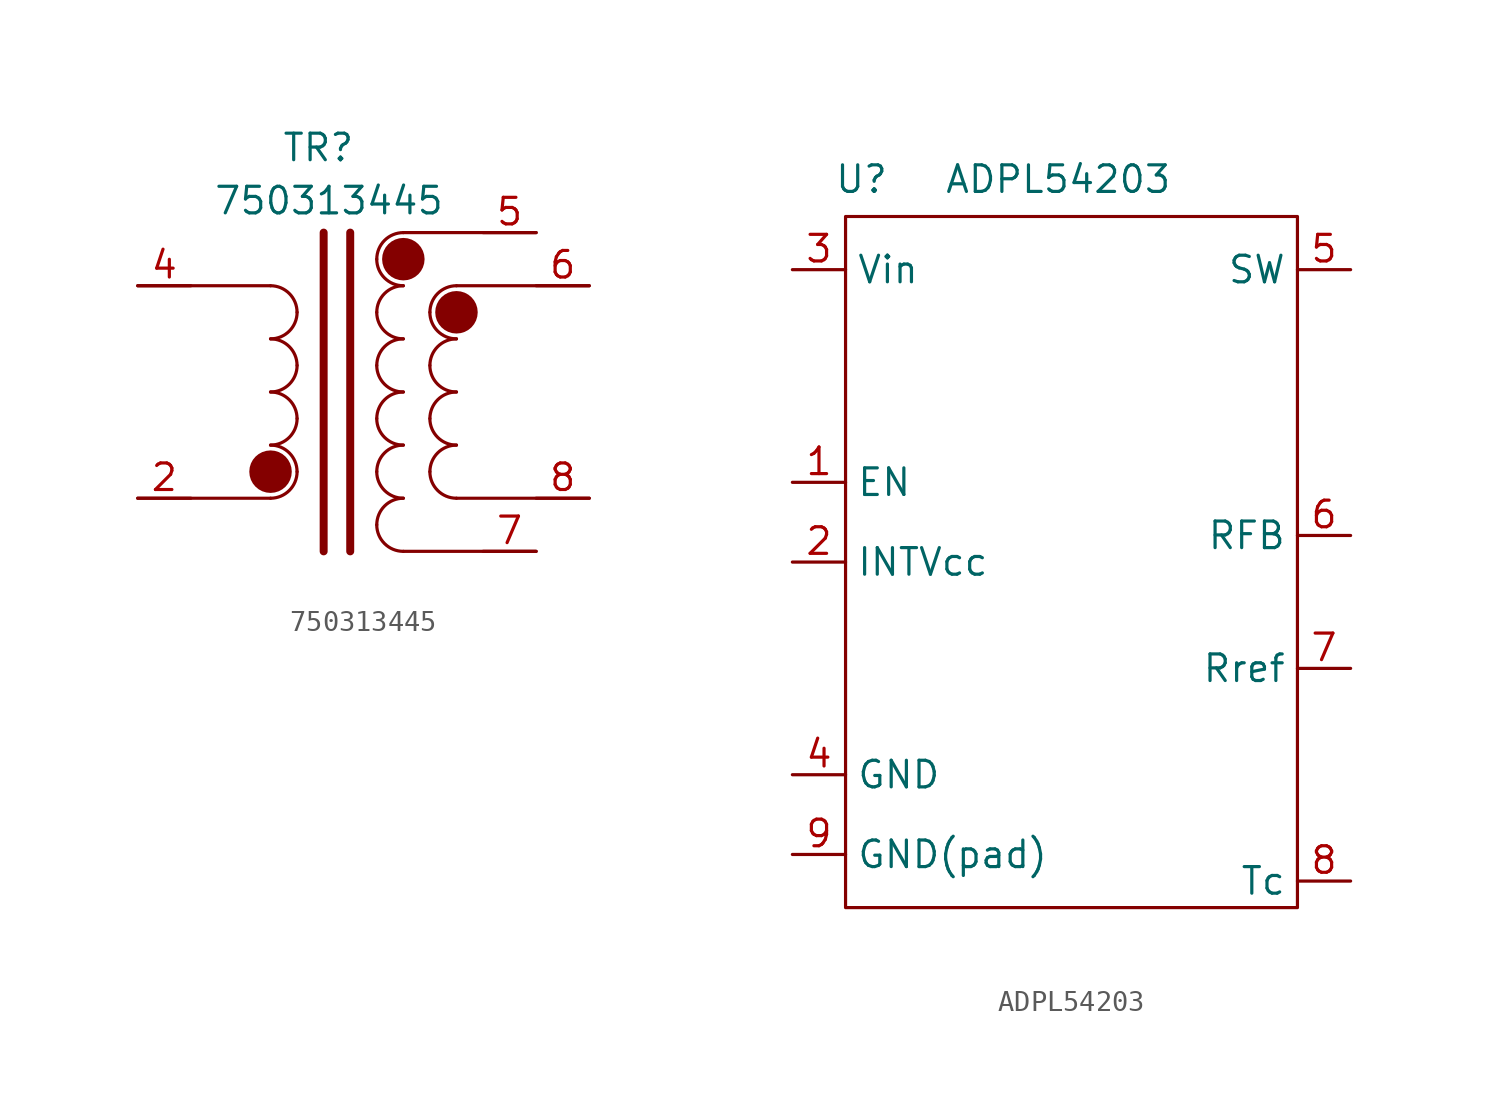
<source format=kicad_sym>
(kicad_symbol_lib
  (version 20241209)
  (generator "kicad_symbol_editor")
  (generator_version "9.0")
  (symbol "750313445"
    (property "Reference" "TR"
      (at 6.096 -1.016 0)
      (effects (font (size 1.27 1.27))))
    (property "Value" "750313445"
      (at 6.604 -3.556 0)
      (effects (font (size 1.27 1.27))))
    (symbol "750313445_1_1"
      (polyline (pts (xy -2.54 -7.62) (xy 3.81 -7.62)) (stroke (width 0) (type default)) (fill (type none)))
      (polyline (pts (xy -2.54 -17.78) (xy 3.81 -17.78)) (stroke (width 0) (type default)) (fill (type none)))
      (arc (start 3.81 -7.62) (mid 4.708 -7.992) (end 5.08 -8.89) (stroke (width 0) (type default)) (fill (type none)))
      (arc (start 5.08 -8.89) (mid 4.708 -9.788) (end 3.81 -10.16) (stroke (width 0) (type default)) (fill (type none)))
      (arc (start 3.81 -10.16) (mid 4.708 -10.532) (end 5.08 -11.43) (stroke (width 0) (type default)) (fill (type none)))
      (arc (start 5.08 -11.43) (mid 4.708 -12.328) (end 3.81 -12.7) (stroke (width 0) (type default)) (fill (type none)))
      (arc (start 3.81 -12.7) (mid 4.708 -13.072) (end 5.08 -13.97) (stroke (width 0) (type default)) (fill (type none)))
      (arc (start 5.08 -13.97) (mid 4.708 -14.868) (end 3.81 -15.24) (stroke (width 0) (type default)) (fill (type none)))
      (arc (start 3.81 -15.24) (mid 4.708 -15.612) (end 5.08 -16.51) (stroke (width 0) (type default)) (fill (type none)))
      (circle (center 3.81 -16.51) (radius 0.0001) (stroke (width 1.016) (type solid)) (fill (type none)))
      (arc (start 5.08 -16.51) (mid 4.708 -17.408) (end 3.81 -17.78) (stroke (width 0) (type default)) (fill (type none)))
      (polyline (pts (xy 6.35 -5.08) (xy 6.35 -20.32)) (stroke (width 0.381) (type solid)) (fill (type none)))
      (polyline (pts (xy 7.62 -5.08) (xy 7.62 -20.32)) (stroke (width 0.381) (type solid)) (fill (type none)))
      (polyline (pts (xy 10.16 -5.08) (xy 16.51 -5.08)) (stroke (width 0) (type default)) (fill (type none)))
      (arc (start 8.89 -6.35) (mid 9.262 -5.452) (end 10.16 -5.08) (stroke (width 0) (type default)) (fill (type none)))
      (circle (center 10.16 -6.35) (radius 0.0001) (stroke (width 1.016) (type solid)) (fill (type none)))
      (arc (start 10.16 -7.62) (mid 9.262 -7.248) (end 8.89 -6.35) (stroke (width 0) (type default)) (fill (type none)))
      (arc (start 8.89 -8.89) (mid 9.262 -7.992) (end 10.16 -7.62) (stroke (width 0) (type default)) (fill (type none)))
      (arc (start 10.16 -10.16) (mid 9.262 -9.788) (end 8.89 -8.89) (stroke (width 0) (type default)) (fill (type none)))
      (arc (start 8.89 -11.43) (mid 9.262 -10.532) (end 10.16 -10.16) (stroke (width 0) (type default)) (fill (type none)))
      (arc (start 10.16 -12.7) (mid 9.262 -12.328) (end 8.89 -11.43) (stroke (width 0) (type default)) (fill (type none)))
      (arc (start 8.89 -13.97) (mid 9.262 -13.072) (end 10.16 -12.7) (stroke (width 0) (type default)) (fill (type none)))
      (arc (start 10.16 -15.24) (mid 9.262 -14.868) (end 8.89 -13.97) (stroke (width 0) (type default)) (fill (type none)))
      (arc (start 8.89 -16.51) (mid 9.262 -15.612) (end 10.16 -15.24) (stroke (width 0) (type default)) (fill (type none)))
      (arc (start 10.16 -17.78) (mid 9.262 -17.408) (end 8.89 -16.51) (stroke (width 0) (type default)) (fill (type none)))
      (arc (start 8.89 -19.05) (mid 9.262 -18.152) (end 10.16 -17.78) (stroke (width 0) (type default)) (fill (type none)))
      (arc (start 10.16 -20.32) (mid 9.262 -19.948) (end 8.89 -19.05) (stroke (width 0) (type default)) (fill (type none)))
      (polyline (pts (xy 10.16 -20.32) (xy 16.51 -20.32)) (stroke (width 0) (type default)) (fill (type none)))
      (arc (start 11.43 -8.89) (mid 11.802 -7.992) (end 12.7 -7.62) (stroke (width 0) (type default)) (fill (type none)))
      (circle (center 12.7 -8.89) (radius 0.0001) (stroke (width 1.016) (type solid)) (fill (type none)))
      (arc (start 12.7 -10.16) (mid 11.802 -9.788) (end 11.43 -8.89) (stroke (width 0) (type default)) (fill (type none)))
      (arc (start 11.43 -11.43) (mid 11.802 -10.532) (end 12.7 -10.16) (stroke (width 0) (type default)) (fill (type none)))
      (arc (start 12.7 -12.7) (mid 11.802 -12.328) (end 11.43 -11.43) (stroke (width 0) (type default)) (fill (type none)))
      (arc (start 11.43 -13.97) (mid 11.802 -13.072) (end 12.7 -12.7) (stroke (width 0) (type default)) (fill (type none)))
      (arc (start 12.7 -15.24) (mid 11.802 -14.868) (end 11.43 -13.97) (stroke (width 0) (type default)) (fill (type none)))
      (arc (start 11.43 -16.51) (mid 11.802 -15.612) (end 12.7 -15.24) (stroke (width 0) (type default)) (fill (type none)))
      (arc (start 12.7 -17.78) (mid 11.802 -17.408) (end 11.43 -16.51) (stroke (width 0) (type default)) (fill (type none)))
      (polyline (pts (xy 19.05 -7.62) (xy 12.7 -7.62)) (stroke (width 0) (type default)) (fill (type none)))
      (polyline (pts (xy 19.05 -17.78) (xy 12.7 -17.78)) (stroke (width 0) (type default)) (fill (type none)))
      (pin bidirectional line (at -2.54 -7.62 0) (length 2.54) (name "" (effects (font (size 1.27 1.27)))) (number "4" (effects (font (size 1.27 1.27)))))
      (pin bidirectional line (at -2.54 -17.78 0) (length 2.54) (name "" (effects (font (size 1.27 1.27)))) (number "2" (effects (font (size 1.27 1.27)))))
      (pin bidirectional line (at 16.51 -5.08 180) (length 2.54) (name "" (effects (font (size 1.27 1.27)))) (number "5" (effects (font (size 1.27 1.27)))))
      (pin bidirectional line (at 16.51 -20.32 180) (length 2.54) (name "" (effects (font (size 1.27 1.27)))) (number "7" (effects (font (size 1.27 1.27)))))
      (pin bidirectional line (at 19.05 -7.62 180) (length 2.54) (name "" (effects (font (size 1.27 1.27)))) (number "6" (effects (font (size 1.27 1.27)))))
      (pin bidirectional line (at 19.05 -17.78 180) (length 2.54) (name "" (effects (font (size 1.27 1.27)))) (number "8" (effects (font (size 1.27 1.27)))))))
  (symbol "ADPL54203"
    (property "Reference" "U"
      (at 0.762 1.778 0)
      (effects (font (size 1.27 1.27))))
    (property "Value" "ADPL54203"
      (at 10.16 1.778 0)
      (effects (font (size 1.27 1.27))))
    (symbol "ADPL54203_0_1"
      (rectangle (start 0 0) (end 21.59 -33.02) (stroke (width 0) (type default)) (fill (type none))))
    (symbol "ADPL54203_1_1"
      (pin power_in line (at -2.54 -2.54 0) (length 2.54) (name "Vin" (effects (font (size 1.27 1.27)))) (number "3" (effects (font (size 1.27 1.27)))))
      (pin input line (at -2.54 -12.7 0) (length 2.54) (name "EN" (effects (font (size 1.27 1.27)))) (number "1" (effects (font (size 1.27 1.27)))))
      (pin passive line (at -2.54 -16.51 0) (length 2.54) (name "INTVcc" (effects (font (size 1.27 1.27)))) (number "2" (effects (font (size 1.27 1.27)))))
      (pin power_out line (at -2.54 -26.67 0) (length 2.54) (name "GND" (effects (font (size 1.27 1.27)))) (number "4" (effects (font (size 1.27 1.27)))))
      (pin passive line (at -2.54 -30.48 0) (length 2.54) (name "GND(pad)" (effects (font (size 1.27 1.27)))) (number "9" (effects (font (size 1.27 1.27)))))
      (pin output line (at 24.13 -2.54 180) (length 2.54) (name "SW" (effects (font (size 1.27 1.27)))) (number "5" (effects (font (size 1.27 1.27)))))
      (pin input line (at 24.13 -15.24 180) (length 2.54) (name "RFB" (effects (font (size 1.27 1.27)))) (number "6" (effects (font (size 1.27 1.27)))))
      (pin input line (at 24.13 -21.59 180) (length 2.54) (name "Rref" (effects (font (size 1.27 1.27)))) (number "7" (effects (font (size 1.27 1.27)))))
      (pin input line (at 24.13 -31.75 180) (length 2.54) (name "Tc" (effects (font (size 1.27 1.27)))) (number "8" (effects (font (size 1.27 1.27))))))))
</source>
